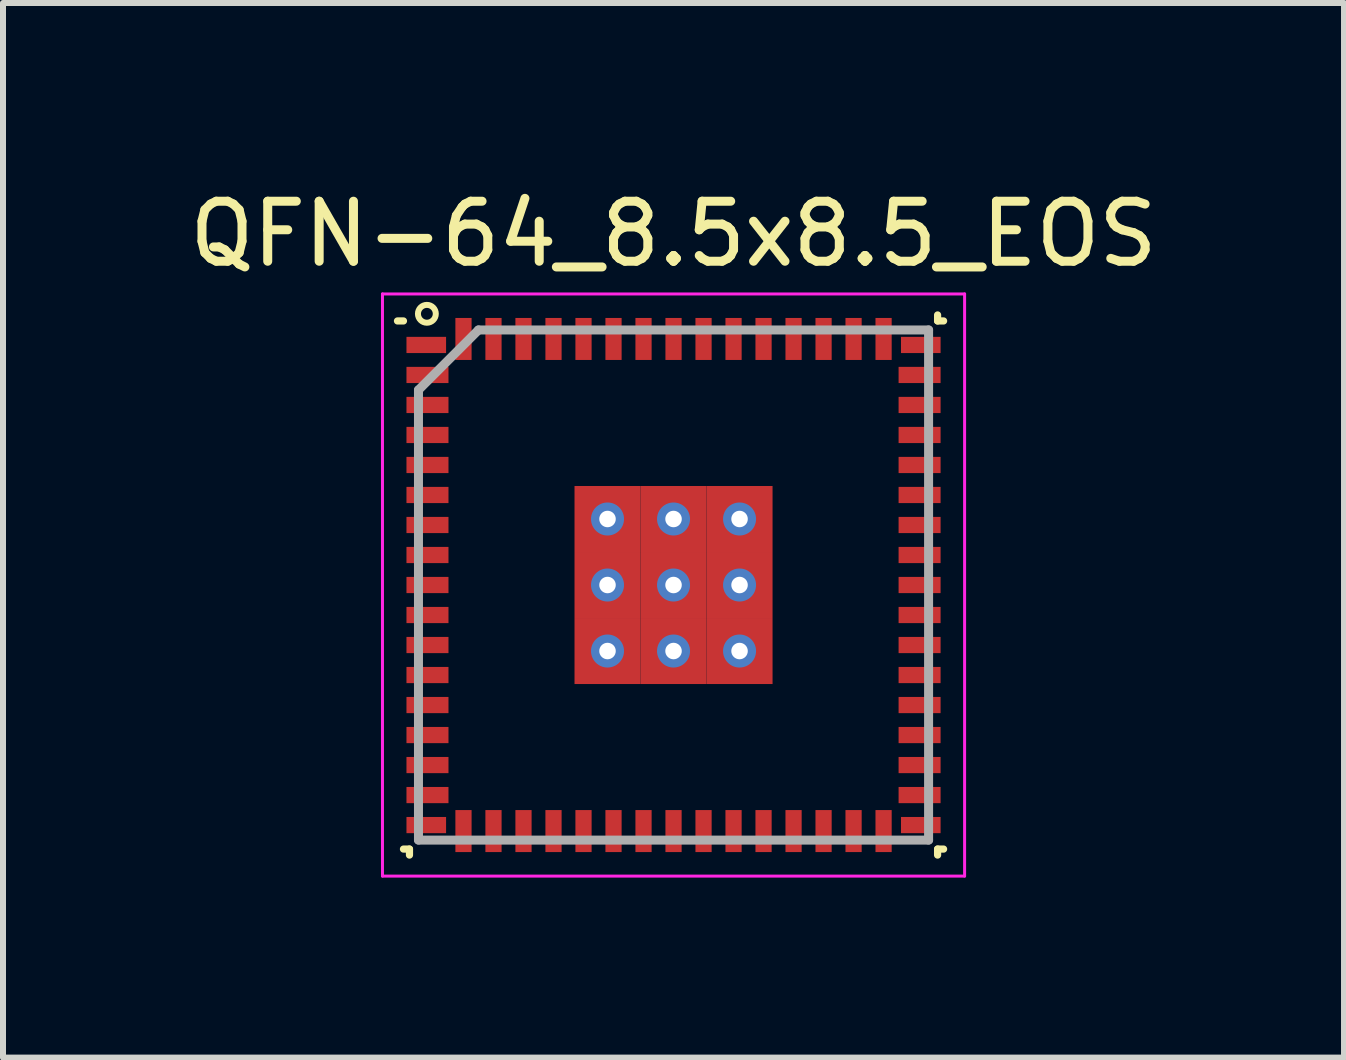
<source format=kicad_pcb>
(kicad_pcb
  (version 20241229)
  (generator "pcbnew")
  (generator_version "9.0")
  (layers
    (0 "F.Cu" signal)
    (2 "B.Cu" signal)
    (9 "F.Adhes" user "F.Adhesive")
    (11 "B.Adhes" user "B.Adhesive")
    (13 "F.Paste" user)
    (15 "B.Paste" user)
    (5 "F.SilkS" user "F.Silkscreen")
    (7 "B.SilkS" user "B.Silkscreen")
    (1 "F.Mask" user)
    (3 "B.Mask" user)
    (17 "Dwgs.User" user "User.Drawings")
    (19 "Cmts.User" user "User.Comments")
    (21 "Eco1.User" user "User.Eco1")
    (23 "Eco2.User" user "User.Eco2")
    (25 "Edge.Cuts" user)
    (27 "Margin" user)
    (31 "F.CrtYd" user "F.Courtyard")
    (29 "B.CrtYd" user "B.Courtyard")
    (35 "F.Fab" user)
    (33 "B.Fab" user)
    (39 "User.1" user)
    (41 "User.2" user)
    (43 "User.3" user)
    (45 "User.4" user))
  (footprint "QFN-64_8.5x8.5_EOS"
    (layer "F.Cu")
    (at 8.173 6.698)
    (property "Reference" "QFN-64_8.5x8.5_EOS" (at 0 -5.85 0) (layer "F.SilkS") (effects (font (size 1 1) (thickness 0.15))))
    (attr smd)
    (fp_line (start -4.5 -4.4) (end -4.6 -4.4) (stroke (width 0.12) (type solid)) (layer "F.SilkS"))
    (fp_line (start -4.5 4.4) (end -4.4 4.4) (stroke (width 0.12) (type solid)) (layer "F.SilkS"))
    (fp_line (start -4.4 4.4) (end -4.4 4.5) (stroke (width 0.12) (type solid)) (layer "F.SilkS"))
    (fp_line (start 4.4 -4.4) (end 4.4 -4.5) (stroke (width 0.12) (type solid)) (layer "F.SilkS"))
    (fp_line (start 4.4 4.4) (end 4.4 4.5) (stroke (width 0.12) (type solid)) (layer "F.SilkS"))
    (fp_line (start 4.5 -4.4) (end 4.4 -4.4) (stroke (width 0.12) (type solid)) (layer "F.SilkS"))
    (fp_line (start 4.5 4.4) (end 4.4 4.4) (stroke (width 0.12) (type solid)) (layer "F.SilkS"))
    (fp_circle (center -4.11 -4.519) (end -4.01 -4.409) (stroke (width 0.1) (type solid)) (fill no) (layer "F.SilkS"))
    (fp_line (start -4.85 -4.85) (end 4.85 -4.85) (stroke (width 0.05) (type solid)) (layer "F.CrtYd"))
    (fp_line (start -4.85 4.85) (end -4.85 -4.85) (stroke (width 0.05) (type solid)) (layer "F.CrtYd"))
    (fp_line (start 4.85 -4.85) (end 4.85 4.85) (stroke (width 0.05) (type solid)) (layer "F.CrtYd"))
    (fp_line (start 4.85 4.85) (end -4.85 4.85) (stroke (width 0.05) (type solid)) (layer "F.CrtYd"))
    (fp_line (start -4.25 -3.25) (end -4.25 4.25) (stroke (width 0.15) (type solid)) (layer "F.Fab"))
    (fp_line (start -4.25 4.25) (end 4.25 4.25) (stroke (width 0.15) (type solid)) (layer "F.Fab"))
    (fp_line (start -3.25 -4.25) (end -4.25 -3.25) (stroke (width 0.15) (type solid)) (layer "F.Fab"))
    (fp_line (start 4.25 -4.25) (end -3.25 -4.25) (stroke (width 0.15) (type solid)) (layer "F.Fab"))
    (fp_line (start 4.25 4.25) (end 4.25 -4.25) (stroke (width 0.15) (type solid)) (layer "F.Fab"))
    (pad "1" smd rect (at -4.12 -4 90) (size 0.27 0.66) (layers "F.Cu" "F.Mask" "F.Paste"))
    (pad "2" smd rect (at -4.1 -3.5 90) (size 0.27 0.7) (layers "F.Cu" "F.Mask" "F.Paste"))
    (pad "3" smd rect (at -4.1 -3 90) (size 0.27 0.7) (layers "F.Cu" "F.Mask" "F.Paste"))
    (pad "4" smd rect (at -4.1 -2.5 90) (size 0.27 0.7) (layers "F.Cu" "F.Mask" "F.Paste"))
    (pad "5" smd rect (at -4.1 -2 90) (size 0.27 0.7) (layers "F.Cu" "F.Mask" "F.Paste"))
    (pad "6" smd rect (at -4.1 -1.5 90) (size 0.27 0.7) (layers "F.Cu" "F.Mask" "F.Paste"))
    (pad "7" smd rect (at -4.1 -1 90) (size 0.27 0.7) (layers "F.Cu" "F.Mask" "F.Paste"))
    (pad "8" smd rect (at -4.1 -0.5 90) (size 0.27 0.7) (layers "F.Cu" "F.Mask" "F.Paste"))
    (pad "9" smd rect (at -4.1 0 90) (size 0.27 0.7) (layers "F.Cu" "F.Mask" "F.Paste"))
    (pad "10" smd rect (at -4.1 0.5 90) (size 0.27 0.7) (layers "F.Cu" "F.Mask" "F.Paste"))
    (pad "11" smd rect (at -4.1 1 90) (size 0.27 0.7) (layers "F.Cu" "F.Mask" "F.Paste"))
    (pad "12" smd rect (at -4.1 1.5 90) (size 0.27 0.7) (layers "F.Cu" "F.Mask" "F.Paste"))
    (pad "13" smd rect (at -4.1 2 90) (size 0.27 0.7) (layers "F.Cu" "F.Mask" "F.Paste"))
    (pad "14" smd rect (at -4.1 2.5 90) (size 0.27 0.7) (layers "F.Cu" "F.Mask" "F.Paste"))
    (pad "15" smd rect (at -4.1 3 90) (size 0.27 0.7) (layers "F.Cu" "F.Mask" "F.Paste"))
    (pad "16" smd rect (at -4.1 3.5 90) (size 0.27 0.7) (layers "F.Cu" "F.Mask" "F.Paste"))
    (pad "17" smd rect (at -4.12 4 90) (size 0.27 0.66) (layers "F.Cu" "F.Mask" "F.Paste"))
    (pad "18" smd rect (at -3.5 4.1) (size 0.27 0.7) (layers "F.Cu" "F.Mask" "F.Paste"))
    (pad "19" smd rect (at -3 4.1) (size 0.27 0.7) (layers "F.Cu" "F.Mask" "F.Paste"))
    (pad "20" smd rect (at -2.5 4.1) (size 0.27 0.7) (layers "F.Cu" "F.Mask" "F.Paste"))
    (pad "21" smd rect (at -2 4.1) (size 0.27 0.7) (layers "F.Cu" "F.Mask" "F.Paste"))
    (pad "22" smd rect (at -1.5 4.1) (size 0.27 0.7) (layers "F.Cu" "F.Mask" "F.Paste"))
    (pad "23" smd rect (at -1 4.1) (size 0.27 0.7) (layers "F.Cu" "F.Mask" "F.Paste"))
    (pad "24" smd rect (at -0.5 4.1) (size 0.27 0.7) (layers "F.Cu" "F.Mask" "F.Paste"))
    (pad "25" smd rect (at 0 4.1) (size 0.27 0.7) (layers "F.Cu" "F.Mask" "F.Paste"))
    (pad "26" smd rect (at 0.5 4.1) (size 0.27 0.7) (layers "F.Cu" "F.Mask" "F.Paste"))
    (pad "27" smd rect (at 1 4.1) (size 0.27 0.7) (layers "F.Cu" "F.Mask" "F.Paste"))
    (pad "28" smd rect (at 1.5 4.1) (size 0.27 0.7) (layers "F.Cu" "F.Mask" "F.Paste"))
    (pad "29" smd rect (at 2 4.1) (size 0.27 0.7) (layers "F.Cu" "F.Mask" "F.Paste"))
    (pad "30" smd rect (at 2.5 4.1) (size 0.27 0.7) (layers "F.Cu" "F.Mask" "F.Paste"))
    (pad "31" smd rect (at 3 4.1) (size 0.27 0.7) (layers "F.Cu" "F.Mask" "F.Paste"))
    (pad "32" smd rect (at 3.5 4.1) (size 0.27 0.7) (layers "F.Cu" "F.Mask" "F.Paste"))
    (pad "33" smd rect (at 4.12 4 90) (size 0.27 0.66) (layers "F.Cu" "F.Mask" "F.Paste"))
    (pad "34" smd rect (at 4.1 3.5 90) (size 0.27 0.7) (layers "F.Cu" "F.Mask" "F.Paste"))
    (pad "35" smd rect (at 4.1 3 90) (size 0.27 0.7) (layers "F.Cu" "F.Mask" "F.Paste"))
    (pad "36" smd rect (at 4.1 2.5 90) (size 0.27 0.7) (layers "F.Cu" "F.Mask" "F.Paste"))
    (pad "37" smd rect (at 4.1 2 90) (size 0.27 0.7) (layers "F.Cu" "F.Mask" "F.Paste"))
    (pad "38" smd rect (at 4.1 1.5 90) (size 0.27 0.7) (layers "F.Cu" "F.Mask" "F.Paste"))
    (pad "39" smd rect (at 4.1 1 90) (size 0.27 0.7) (layers "F.Cu" "F.Mask" "F.Paste"))
    (pad "40" smd rect (at 4.1 0.5 90) (size 0.27 0.7) (layers "F.Cu" "F.Mask" "F.Paste"))
    (pad "41" smd rect (at 4.1 0 90) (size 0.27 0.7) (layers "F.Cu" "F.Mask" "F.Paste"))
    (pad "42" smd rect (at 4.1 -0.5 90) (size 0.27 0.7) (layers "F.Cu" "F.Mask" "F.Paste"))
    (pad "43" smd rect (at 4.1 -1 90) (size 0.27 0.7) (layers "F.Cu" "F.Mask" "F.Paste"))
    (pad "44" smd rect (at 4.1 -1.5 90) (size 0.27 0.7) (layers "F.Cu" "F.Mask" "F.Paste"))
    (pad "45" smd rect (at 4.1 -2 90) (size 0.27 0.7) (layers "F.Cu" "F.Mask" "F.Paste"))
    (pad "46" smd rect (at 4.1 -2.5 90) (size 0.27 0.7) (layers "F.Cu" "F.Mask" "F.Paste"))
    (pad "47" smd rect (at 4.1 -3 90) (size 0.27 0.7) (layers "F.Cu" "F.Mask" "F.Paste"))
    (pad "48" smd rect (at 4.1 -3.5 90) (size 0.27 0.7) (layers "F.Cu" "F.Mask" "F.Paste"))
    (pad "49" smd rect (at 4.12 -4 90) (size 0.27 0.66) (layers "F.Cu" "F.Mask" "F.Paste"))
    (pad "50" smd rect (at 3.5 -4.1) (size 0.27 0.7) (layers "F.Cu" "F.Mask" "F.Paste"))
    (pad "51" smd rect (at 3 -4.1) (size 0.27 0.7) (layers "F.Cu" "F.Mask" "F.Paste"))
    (pad "52" smd rect (at 2.5 -4.1) (size 0.27 0.7) (layers "F.Cu" "F.Mask" "F.Paste"))
    (pad "53" smd rect (at 2 -4.1) (size 0.27 0.7) (layers "F.Cu" "F.Mask" "F.Paste"))
    (pad "54" smd rect (at 1.5 -4.1) (size 0.27 0.7) (layers "F.Cu" "F.Mask" "F.Paste"))
    (pad "55" smd rect (at 1 -4.1) (size 0.27 0.7) (layers "F.Cu" "F.Mask" "F.Paste"))
    (pad "56" smd rect (at 0.5 -4.1) (size 0.27 0.7) (layers "F.Cu" "F.Mask" "F.Paste"))
    (pad "57" smd rect (at 0 -4.1) (size 0.27 0.7) (layers "F.Cu" "F.Mask" "F.Paste"))
    (pad "58" smd rect (at -0.5 -4.1) (size 0.27 0.7) (layers "F.Cu" "F.Mask" "F.Paste"))
    (pad "59" smd rect (at -1 -4.1) (size 0.27 0.7) (layers "F.Cu" "F.Mask" "F.Paste"))
    (pad "60" smd rect (at -1.5 -4.1) (size 0.27 0.7) (layers "F.Cu" "F.Mask" "F.Paste"))
    (pad "61" smd rect (at -2 -4.1) (size 0.27 0.7) (layers "F.Cu" "F.Mask" "F.Paste"))
    (pad "62" smd rect (at -2.5 -4.1) (size 0.27 0.7) (layers "F.Cu" "F.Mask" "F.Paste"))
    (pad "63" smd rect (at -3 -4.1) (size 0.27 0.7) (layers "F.Cu" "F.Mask" "F.Paste"))
    (pad "64" smd rect (at -3.5 -4.1) (size 0.27 0.7) (layers "F.Cu" "F.Mask" "F.Paste"))
    (pad "65" thru_hole circle (at -1.1 -1.1) (size 0.55 0.55) (drill 0.275) (layers "*.Cu" "*.Mask"))
    (pad "65" smd rect (at -1.1 -1.1) (size 1.1 1.1) (layers "F.Cu" "F.Mask" "F.Paste"))
    (pad "65" thru_hole circle (at -1.1 0) (size 0.55 0.55) (drill 0.275) (layers "*.Cu" "*.Mask"))
    (pad "65" smd rect (at -1.1 0) (size 1.1 1.1) (layers "F.Cu" "F.Mask" "F.Paste"))
    (pad "65" thru_hole circle (at -1.1 1.1) (size 0.55 0.55) (drill 0.275) (layers "*.Cu" "*.Mask"))
    (pad "65" smd rect (at -1.1 1.1) (size 1.1 1.1) (layers "F.Cu" "F.Mask" "F.Paste"))
    (pad "65" thru_hole circle (at 0 -1.1) (size 0.55 0.55) (drill 0.275) (layers "*.Cu" "*.Mask"))
    (pad "65" smd rect (at 0 -1.1) (size 1.1 1.1) (layers "F.Cu" "F.Mask" "F.Paste"))
    (pad "65" thru_hole circle (at 0 0) (size 0.55 0.55) (drill 0.275) (layers "*.Cu" "*.Mask"))
    (pad "65" smd rect (at 0 0) (size 1.1 1.1) (layers "F.Cu" "F.Mask" "F.Paste"))
    (pad "65" thru_hole circle (at 0 1.1) (size 0.55 0.55) (drill 0.275) (layers "*.Cu" "*.Mask"))
    (pad "65" smd rect (at 0 1.1) (size 1.1 1.1) (layers "F.Cu" "F.Mask" "F.Paste"))
    (pad "65" thru_hole circle (at 1.1 -1.1) (size 0.55 0.55) (drill 0.275) (layers "*.Cu" "*.Mask"))
    (pad "65" smd rect (at 1.1 -1.1) (size 1.1 1.1) (layers "F.Cu" "F.Mask" "F.Paste"))
    (pad "65" thru_hole circle (at 1.1 0) (size 0.55 0.55) (drill 0.275) (layers "*.Cu" "*.Mask"))
    (pad "65" smd rect (at 1.1 0) (size 1.1 1.1) (layers "F.Cu" "F.Mask" "F.Paste"))
    (pad "65" thru_hole circle (at 1.1 1.1) (size 0.55 0.55) (drill 0.275) (layers "*.Cu" "*.Mask"))
    (pad "65" smd rect (at 1.1 1.1) (size 1.1 1.1) (layers "F.Cu" "F.Mask" "F.Paste")))
  (gr_rect
    (start -3 -3)
    (end 19.345 14.573)
    (stroke (width 0.1) (type default))
    (fill no)
    (layer "Edge.Cuts")))
</source>
